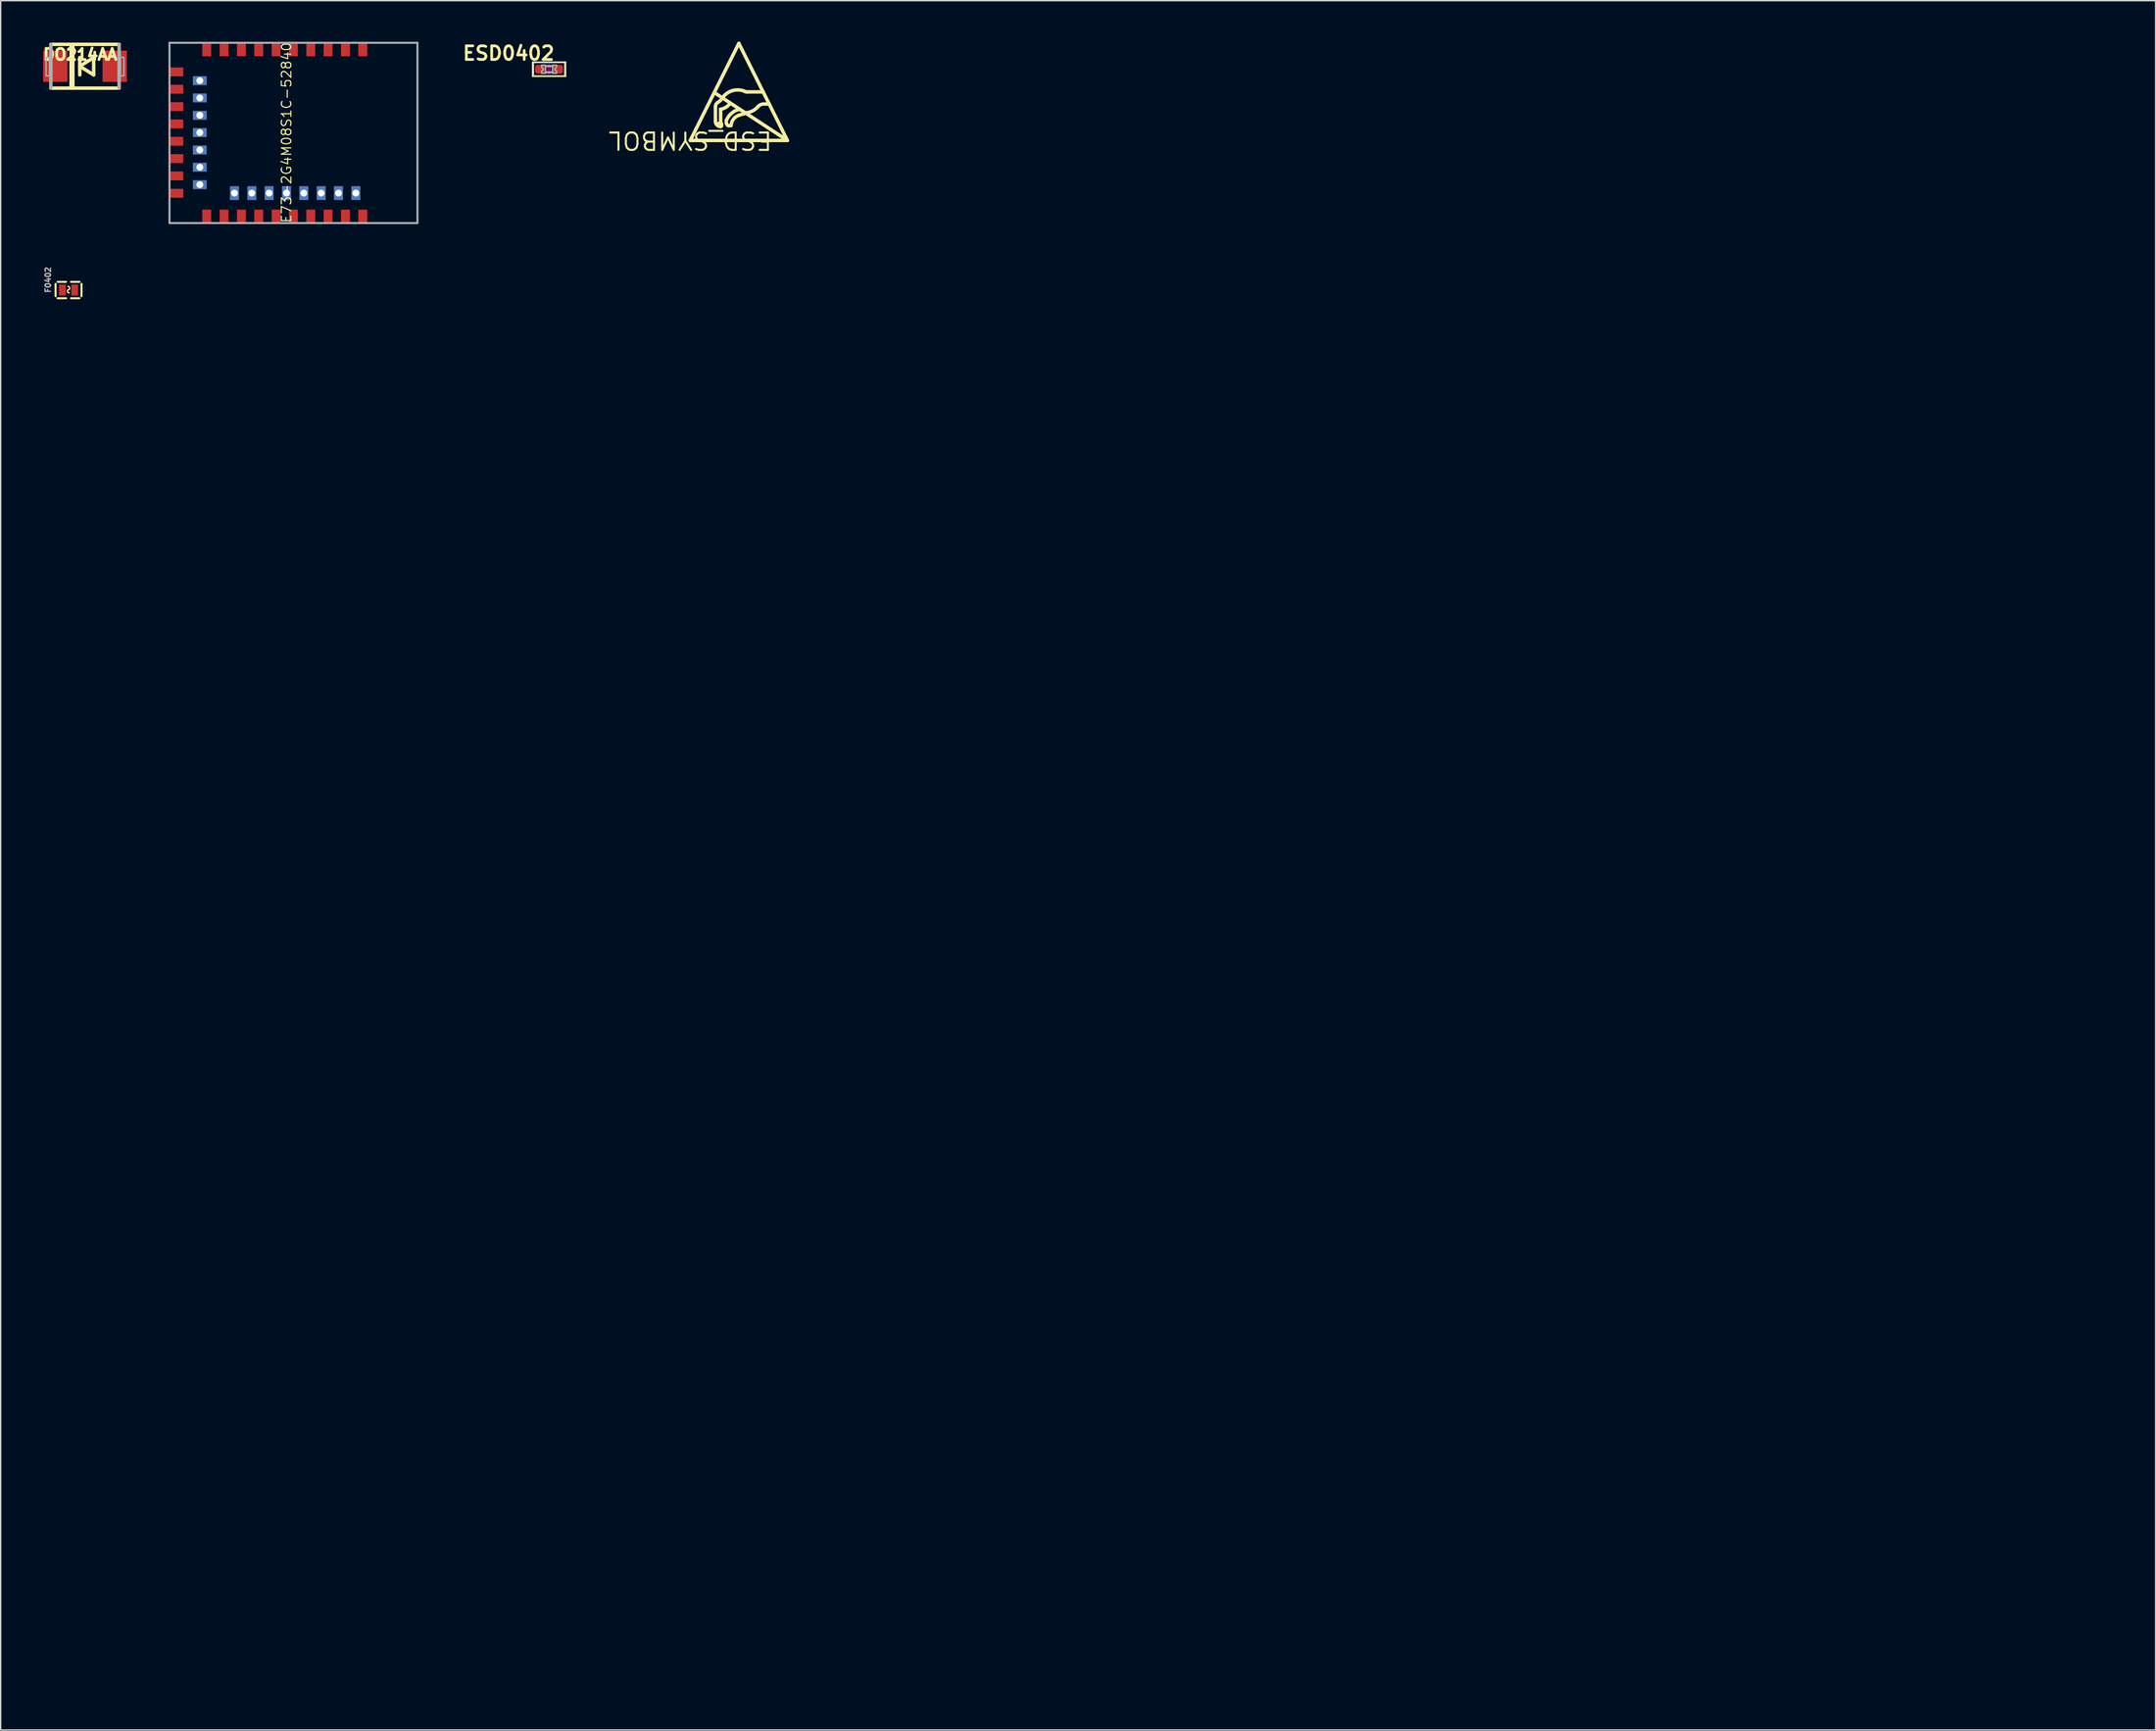
<source format=kicad_pcb>
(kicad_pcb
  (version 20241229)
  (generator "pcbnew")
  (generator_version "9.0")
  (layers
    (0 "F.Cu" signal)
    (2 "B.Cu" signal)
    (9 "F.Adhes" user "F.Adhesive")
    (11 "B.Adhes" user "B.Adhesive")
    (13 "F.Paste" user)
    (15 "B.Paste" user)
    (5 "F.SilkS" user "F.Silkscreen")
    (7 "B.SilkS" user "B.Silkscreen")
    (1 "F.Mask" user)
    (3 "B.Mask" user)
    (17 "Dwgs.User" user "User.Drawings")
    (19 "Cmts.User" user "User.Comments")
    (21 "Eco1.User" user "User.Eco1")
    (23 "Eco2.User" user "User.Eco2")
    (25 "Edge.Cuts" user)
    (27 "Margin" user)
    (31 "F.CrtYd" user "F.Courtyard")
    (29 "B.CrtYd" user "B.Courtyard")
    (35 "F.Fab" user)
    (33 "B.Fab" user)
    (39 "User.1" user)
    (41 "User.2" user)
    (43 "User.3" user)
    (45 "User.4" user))
  (footprint "DO214AA"
    (layer "F.Cu")
    (at 3.175 1.803)
    (property "Reference" "DO214AA" (at -3.175 -0.381 0) (unlocked yes) (layer "F.SilkS") (effects (font (size 0.813 0.813) (thickness 0.203)) (justify left bottom)))
    (fp_line (start -2.5 -1.604) (end 2.5 -1.604) (stroke (width 0.254) (type solid)) (layer "F.SilkS"))
    (fp_line (start -0.381 0.635) (end -0.381 -0.635) (stroke (width 0.254) (type solid)) (layer "F.SilkS"))
    (fp_line (start 0.635 -0.635) (end -0.381 0) (stroke (width 0.254) (type solid)) (layer "F.SilkS"))
    (fp_line (start 0.635 0.635) (end -0.381 0) (stroke (width 0.254) (type solid)) (layer "F.SilkS"))
    (fp_line (start 0.635 0.635) (end 0.635 -0.635) (stroke (width 0.254) (type solid)) (layer "F.SilkS"))
    (fp_line (start 2.5 1.604) (end -2.5 1.604) (stroke (width 0.254) (type solid)) (layer "F.SilkS"))
    (fp_poly (pts (xy -1.143 1.651) (xy -0.762 1.651) (xy -0.762 -1.651) (xy -1.143 -1.651)) (stroke (width 0) (type default)) (fill yes) (layer "F.SilkS"))
    (fp_line (start -2.5 1.604) (end -2.5 -1.604) (stroke (width 0.254) (type solid)) (layer "F.Fab"))
    (fp_line (start 2.5 -1.604) (end 2.5 1.604) (stroke (width 0.254) (type solid)) (layer "F.Fab"))
    (fp_poly (pts (xy -2.85 0.7) (xy -2.6 0.7) (xy -2.6 -0.65) (xy -2.85 -0.65)) (stroke (width 0.1) (type default)) (fill no) (layer "F.Fab"))
    (fp_poly (pts (xy 2.6 0.7) (xy 2.85 0.7) (xy 2.85 -0.65) (xy 2.6 -0.65)) (stroke (width 0.1) (type default)) (fill no) (layer "F.Fab"))
    (pad "A" smd rect (at 2.177 0 180) (size 1.778 2.286) (layers "F.Cu" "F.Mask" "F.Paste"))
    (pad "C" smd rect (at -2.177 0 180) (size 1.778 2.286) (layers "F.Cu" "F.Mask" "F.Paste")))
  (footprint "ESD0402"
    (layer "F.Cu")
    (at 37.167 2.022)
    (property "Reference" "ESD0402" (at 0.5 -1.75 180) (layer "F.SilkS") (effects (font (size 1 1) (thickness 0.2)) (justify right top)))
    (attr through_hole)
    (fp_line (start -1.194 -0.508) (end -1.194 0.508) (stroke (width 0.127) (type solid)) (layer "F.SilkS"))
    (fp_line (start -1.194 0.508) (end 1.194 0.508) (stroke (width 0.127) (type solid)) (layer "F.SilkS"))
    (fp_line (start 1.194 -0.508) (end -1.194 -0.508) (stroke (width 0.127) (type solid)) (layer "F.SilkS"))
    (fp_line (start 1.194 0.508) (end 1.194 -0.508) (stroke (width 0.127) (type solid)) (layer "F.SilkS"))
    (fp_poly (pts (xy -0.127 0.381) (xy 0.127 0.381) (xy 0.127 -0.381) (xy -0.127 -0.381)) (stroke (width 0) (type solid)) (fill yes) (layer "F.Adhes"))
    (fp_line (start -1.118 -0.483) (end 1.118 -0.483) (stroke (width 0.051) (type solid)) (layer "Dwgs.User"))
    (fp_line (start -1.118 0.483) (end -1.118 -0.483) (stroke (width 0.051) (type solid)) (layer "Dwgs.User"))
    (fp_line (start 1.118 -0.483) (end 1.118 0.483) (stroke (width 0.051) (type solid)) (layer "Dwgs.User"))
    (fp_line (start 1.118 0.483) (end -1.118 0.483) (stroke (width 0.051) (type solid)) (layer "Dwgs.User"))
    (fp_line (start -0.245 -0.224) (end 0.245 -0.224) (stroke (width 0.15) (type solid)) (layer "F.Fab"))
    (fp_line (start 0.245 0.224) (end -0.245 0.224) (stroke (width 0.152) (type solid)) (layer "F.Fab"))
    (fp_poly (pts (xy -0.55 0.3) (xy -0.25 0.3) (xy -0.25 -0.3) (xy -0.55 -0.3) (xy -0.55 -0.15) (xy -0.4 0) (xy -0.55 0.15)) (stroke (width 0.1) (type solid)) (fill no) (layer "F.Fab"))
    (fp_poly (pts (xy 0.55 -0.3) (xy 0.25 -0.3) (xy 0.25 0.3) (xy 0.55 0.3) (xy 0.55 0.15) (xy 0.4 0) (xy 0.55 -0.15)) (stroke (width 0.1) (type solid)) (fill no) (layer "F.Fab"))
    (pad "1" smd roundrect (at -0.635 0) (size 0.762 0.635) (layers "F.Cu" "F.Mask" "F.Paste") (roundrect_rratio 0.25))
    (pad "2" smd roundrect (at 0.635 0) (size 0.762 0.635) (layers "F.Cu" "F.Mask" "F.Paste") (roundrect_rratio 0.25)))
  (footprint "F0402"
    (layer "F.Cu")
    (at 1.97 18.201)
    (property "Reference" "F0402" (at -1.27 0.254 90) (unlocked yes) (layer "F.Fab") (effects (font (size 0.4 0.4) (thickness 0.1)) (justify left bottom)))
    (fp_line (start -0.95 -0.45) (end -0.95 -0.4) (stroke (width 0.15) (type default)) (layer "F.SilkS"))
    (fp_line (start -0.95 -0.4) (end -0.95 0.4) (stroke (width 0.15) (type default)) (layer "F.SilkS"))
    (fp_line (start -0.95 0.45) (end -0.95 0.4) (stroke (width 0.15) (type default)) (layer "F.SilkS"))
    (fp_line (start -0.18 -0.6) (end -0.8 -0.6) (stroke (width 0.15) (type default)) (layer "F.SilkS"))
    (fp_line (start -0.18 0.6) (end -0.8 0.6) (stroke (width 0.15) (type default)) (layer "F.SilkS"))
    (fp_line (start 0.18 -0.6) (end 0.8 -0.6) (stroke (width 0.15) (type default)) (layer "F.SilkS"))
    (fp_line (start 0.18 0.6) (end 0.8 0.6) (stroke (width 0.15) (type default)) (layer "F.SilkS"))
    (fp_line (start 0.95 -0.45) (end 0.95 -0.4) (stroke (width 0.15) (type default)) (layer "F.SilkS"))
    (fp_line (start 0.95 -0.4) (end 0.95 0.4) (stroke (width 0.15) (type default)) (layer "F.SilkS"))
    (fp_line (start 0.95 0.45) (end 0.95 0.4) (stroke (width 0.15) (type default)) (layer "F.SilkS"))
    (fp_arc (start -0.04 -0.27) (mid 0.087 -0.143) (end -0.04 -0.016) (stroke (width 0.1) (type default)) (layer "F.SilkS"))
    (fp_arc (start 0.05 0.21) (mid -0.077 0.083) (end 0.05 -0.044) (stroke (width 0.1) (type default)) (layer "F.SilkS"))
    (pad "1" smd rect (at -0.45 0) (size 0.5 0.8) (layers "F.Cu" "F.Mask" "F.Paste"))
    (pad "2" smd rect (at 0.45 0) (size 0.5 0.8) (layers "F.Cu" "F.Mask" "F.Paste"))
    (zone (net_name "") (layer "User.3") (hatch edge 0.5) (priority 100) (connect_pads yes) (min_thickness 0) (filled_areas_thickness no) (fill yes) (polygon (pts (xy 150.835 120.204) (xy 151.835 120.204) (xy 151.835 120.704) (xy 150.835 120.704))) (filled_polygon (layer "User.3") (island) (pts (xy 150.835 120.204) (xy 151.835 120.204) (xy 151.835 120.704) (xy 150.835 120.704))))
    (zone (net_name "") (layer "User.4") (hatch edge 0.5) (priority 100) (connect_pads yes) (min_thickness 0) (filled_areas_thickness no) (fill yes) (polygon (pts (xy 151.085 120.704) (xy 150.835 120.704) (xy 150.835 120.204) (xy 151.085 120.204))) (filled_polygon (layer "User.4") (island) (pts (xy 151.085 120.704) (xy 150.835 120.704) (xy 150.835 120.204) (xy 151.085 120.204))))
    (zone (net_name "") (layer "User.4") (hatch edge 0.5) (priority 100) (connect_pads yes) (min_thickness 0) (filled_areas_thickness no) (fill yes) (polygon (pts (xy 151.585 120.204) (xy 151.835 120.204) (xy 151.835 120.704) (xy 151.585 120.704))) (filled_polygon (layer "User.4") (island) (pts (xy 151.585 120.204) (xy 151.835 120.204) (xy 151.835 120.704) (xy 151.585 120.704)))))
  (footprint "ESD_SYMBOL"
    (layer "F.Cu")
    (at 47.509 7.239)
    (property "Reference" "ESD_SYMBOL" (at 0 0 180) (unlocked yes) (layer "F.SilkS") (effects (font (size 1.27 1.27) (thickness 0.15))))
    (fp_line (start 0 0) (end 7.112 0) (stroke (width 0.254) (type solid)) (layer "F.SilkS"))
    (fp_line (start 1.778 -3.493) (end 7.112 0) (stroke (width 0.254) (type solid)) (layer "F.SilkS"))
    (fp_line (start 1.841 -2.477) (end 1.841 -1.397) (stroke (width 0.254) (type solid)) (layer "F.SilkS"))
    (fp_line (start 2.223 -1.27) (end 2.159 -1.27) (stroke (width 0.254) (type solid)) (layer "F.SilkS"))
    (fp_line (start 2.223 -1.27) (end 2.223 -2.286) (stroke (width 0.254) (type solid)) (layer "F.SilkS"))
    (fp_line (start 2.286 -1.079) (end 2.286 -1.206) (stroke (width 0.254) (type solid)) (layer "F.SilkS"))
    (fp_line (start 2.794 -1.079) (end 2.946 -1.079) (stroke (width 0.254) (type solid)) (layer "F.SilkS"))
    (fp_line (start 3.556 -7.112) (end 0 0) (stroke (width 0.254) (type solid)) (layer "F.SilkS"))
    (fp_line (start 4.154 -3.556) (end 5.334 -3.556) (stroke (width 0.254) (type solid)) (layer "F.SilkS"))
    (fp_line (start 5.334 -3.556) (end 3.556 -7.112) (stroke (width 0.254) (type solid)) (layer "F.SilkS"))
    (fp_line (start 5.779 -2.667) (end 5.334 -3.556) (stroke (width 0.254) (type solid)) (layer "F.SilkS"))
    (fp_line (start 5.779 -2.667) (end 5.461 -2.667) (stroke (width 0.254) (type solid)) (layer "F.SilkS"))
    (fp_line (start 7.112 0) (end 5.779 -2.667) (stroke (width 0.254) (type solid)) (layer "F.SilkS"))
    (fp_arc (start 1.841499 -2.476499) (mid 1.89273 -2.661661) (end 2.032 -2.794) (stroke (width 0.254) (type solid)) (layer "F.SilkS"))
    (fp_arc (start 2.032 -1.143) (mid 2.069197 -1.232803) (end 2.159 -1.27) (stroke (width 0.254) (type solid)) (layer "F.SilkS"))
    (fp_arc (start 2.2225 -1.27) (mid 2.267401 -1.251401) (end 2.286 -1.2065) (stroke (width 0.254) (type solid)) (layer "F.SilkS"))
    (fp_arc (start 2.2225 -1.016) (mid 1.953092 -1.127592) (end 1.8415 -1.397) (stroke (width 0.254) (type solid)) (layer "F.SilkS"))
    (fp_arc (start 2.285999 -1.079499) (mid 2.26743 -1.03457) (end 2.2225 -1.016) (stroke (width 0.254) (type solid)) (layer "F.SilkS"))
    (fp_arc (start 2.3495 -3.1115) (mid 2.2103 -2.9332) (end 2.032 -2.794) (stroke (width 0.254) (type solid)) (layer "F.SilkS"))
    (fp_arc (start 2.3495 -3.1115) (mid 3.056083 -3.637896) (end 3.936999 -3.619499) (stroke (width 0.254) (type solid)) (layer "F.SilkS"))
    (fp_arc (start 2.666999 -1.524) (mid 3.053289 -2.017452) (end 3.6195 -2.286) (stroke (width 0.254) (type solid)) (layer "F.SilkS"))
    (fp_arc (start 2.667 -1.2065) (mid 2.629535 -1.36525) (end 2.667 -1.524) (stroke (width 0.254) (type solid)) (layer "F.SilkS"))
    (fp_arc (start 2.794 -1.0795) (mid 2.71551 -1.12801) (end 2.667 -1.2065) (stroke (width 0.254) (type solid)) (layer "F.SilkS"))
    (fp_arc (start 2.921 -2.7305) (mid 2.61894 -2.434094) (end 2.2225 -2.285999) (stroke (width 0.254) (type solid)) (layer "F.SilkS"))
    (fp_arc (start 2.984499 -1.079501) (mid 3.154851 -1.54705) (end 3.556 -1.8415) (stroke (width 0.254) (type solid)) (layer "F.SilkS"))
    (fp_arc (start 3.556 -1.8415) (mid 3.776319 -1.911758) (end 4.0005 -1.9685) (stroke (width 0.254) (type solid)) (layer "F.SilkS"))
    (fp_arc (start 4.153799 -3.556) (mid 4.039088 -3.566201) (end 3.937 -3.6195) (stroke (width 0.254) (type solid)) (layer "F.SilkS"))
    (fp_arc (start 4.952999 -2.4765) (mid 5.184517 -2.631699) (end 5.461 -2.667) (stroke (width 0.254) (type solid)) (layer "F.SilkS"))
    (fp_arc (start 4.953 -2.4765) (mid 4.583046 -2.174773) (end 4.1275 -2.032) (stroke (width 0.254) (type solid)) (layer "F.SilkS")))
  (footprint "E73-2G4M08S1C-52840"
    (layer "F.Cu")
    (at 9.491 6.69)
    (property "Reference" "E73-2G4M08S1C-52840" (at 8.443 -0.023 270) (layer "F.SilkS") (effects (font (size 0.7 0.7) (thickness 0.08))))
    (fp_line (start -0.127 -6.604) (end -0.127 6.604) (stroke (width 0.15) (type solid)) (layer "F.Fab"))
    (fp_line (start -0.127 6.604) (end 18.034 6.604) (stroke (width 0.15) (type solid)) (layer "F.Fab"))
    (fp_line (start 18.034 -6.604) (end -0.127 -6.604) (stroke (width 0.15) (type solid)) (layer "F.Fab"))
    (fp_line (start 18.034 6.604) (end 18.034 -6.604) (stroke (width 0.15) (type solid)) (layer "F.Fab"))
    (pad "1" smd rect (at 14.03 -6.119) (size 0.65 1) (layers "F.Cu" "F.Mask" "F.Paste"))
    (pad "2" smd rect (at 12.76 -6.119) (size 0.65 1) (layers "F.Cu" "F.Mask" "F.Paste"))
    (pad "3" smd rect (at 11.49 -6.119) (size 0.65 1) (layers "F.Cu" "F.Mask" "F.Paste"))
    (pad "4" smd rect (at 10.22 -6.119) (size 0.65 1) (layers "F.Cu" "F.Mask" "F.Paste"))
    (pad "5" smd rect (at 8.95 -6.119) (size 0.65 1) (layers "F.Cu" "F.Mask" "F.Paste"))
    (pad "6" smd rect (at 7.68 -6.119) (size 0.65 1) (layers "F.Cu" "F.Mask" "F.Paste"))
    (pad "7" smd rect (at 6.41 -6.119) (size 0.65 1) (layers "F.Cu" "F.Mask" "F.Paste"))
    (pad "8" smd rect (at 5.14 -6.119) (size 0.65 1) (layers "F.Cu" "F.Mask" "F.Paste"))
    (pad "9" smd rect (at 3.87 -6.119) (size 0.65 1) (layers "F.Cu" "F.Mask" "F.Paste"))
    (pad "10" smd rect (at 2.6 -6.119) (size 0.65 1) (layers "F.Cu" "F.Mask" "F.Paste"))
    (pad "11" smd rect (at 0.381 -4.47 90) (size 0.65 1) (layers "F.Cu" "F.Mask" "F.Paste"))
    (pad "12" thru_hole rect (at 2.092 -3.833 90) (size 0.65 1) (drill 0.5) (layers "*.Cu" "*.Mask" "F.Paste"))
    (pad "13" smd rect (at 0.381 -3.2 90) (size 0.65 1) (layers "F.Cu" "F.Mask" "F.Paste"))
    (pad "14" thru_hole rect (at 2.092 -2.563 90) (size 0.65 1) (drill 0.5) (layers "*.Cu" "*.Mask" "F.Paste"))
    (pad "15" smd rect (at 0.381 -1.93 90) (size 0.65 1) (layers "F.Cu" "F.Mask" "F.Paste"))
    (pad "16" thru_hole rect (at 2.092 -1.293 90) (size 0.65 1) (drill 0.5) (layers "*.Cu" "*.Mask" "F.Paste"))
    (pad "17" smd rect (at 0.381 -0.66 90) (size 0.65 1) (layers "F.Cu" "F.Mask" "F.Paste"))
    (pad "18" thru_hole rect (at 2.092 -0.023 90) (size 0.65 1) (drill 0.5) (layers "*.Cu" "*.Mask" "F.Paste"))
    (pad "19" smd rect (at 0.381 0.61 90) (size 0.65 1) (layers "F.Cu" "F.Mask" "F.Paste"))
    (pad "20" thru_hole rect (at 2.092 1.247 90) (size 0.65 1) (drill 0.5) (layers "*.Cu" "*.Mask" "F.Paste"))
    (pad "21" smd rect (at 0.381 1.88 90) (size 0.65 1) (layers "F.Cu" "F.Mask" "F.Paste"))
    (pad "22" thru_hole rect (at 2.092 2.517 90) (size 0.65 1) (drill 0.5) (layers "*.Cu" "*.Mask" "F.Paste"))
    (pad "23" smd rect (at 0.381 3.15 90) (size 0.65 1) (layers "F.Cu" "F.Mask" "F.Paste"))
    (pad "24" thru_hole rect (at 2.092 3.787 90) (size 0.65 1) (drill 0.5) (layers "*.Cu" "*.Mask" "F.Paste"))
    (pad "25" smd rect (at 0.381 4.42 90) (size 0.65 1) (layers "F.Cu" "F.Mask" "F.Paste"))
    (pad "26" smd rect (at 2.6 6.119) (size 0.65 1) (layers "F.Cu" "F.Mask" "F.Paste"))
    (pad "27" smd rect (at 3.87 6.119) (size 0.65 1) (layers "F.Cu" "F.Mask" "F.Paste"))
    (pad "28" thru_hole rect (at 4.632 4.408) (size 0.65 1) (drill 0.5) (layers "*.Cu" "*.Mask" "F.Paste"))
    (pad "29" smd rect (at 5.14 6.119) (size 0.65 1) (layers "F.Cu" "F.Mask" "F.Paste"))
    (pad "30" thru_hole rect (at 5.902 4.408) (size 0.65 1) (drill 0.5) (layers "*.Cu" "*.Mask" "F.Paste"))
    (pad "31" smd rect (at 6.41 6.119) (size 0.65 1) (layers "F.Cu" "F.Mask" "F.Paste"))
    (pad "32" thru_hole rect (at 7.172 4.408) (size 0.65 1) (drill 0.5) (layers "*.Cu" "*.Mask" "F.Paste"))
    (pad "33" smd rect (at 7.68 6.119) (size 0.65 1) (layers "F.Cu" "F.Mask" "F.Paste"))
    (pad "34" thru_hole rect (at 8.442 4.408) (size 0.65 1) (drill 0.5) (layers "*.Cu" "*.Mask" "F.Paste"))
    (pad "35" smd rect (at 8.95 6.119) (size 0.65 1) (layers "F.Cu" "F.Mask" "F.Paste"))
    (pad "36" thru_hole rect (at 9.712 4.408) (size 0.65 1) (drill 0.5) (layers "*.Cu" "*.Mask" "F.Paste"))
    (pad "37" smd rect (at 10.22 6.119) (size 0.65 1) (layers "F.Cu" "F.Mask" "F.Paste"))
    (pad "38" thru_hole rect (at 10.982 4.408) (size 0.65 1) (drill 0.5) (layers "*.Cu" "*.Mask" "F.Paste"))
    (pad "39" smd rect (at 11.49 6.119) (size 0.65 1) (layers "F.Cu" "F.Mask" "F.Paste"))
    (pad "40" thru_hole rect (at 12.252 4.408) (size 0.65 1) (drill 0.5) (layers "*.Cu" "*.Mask" "F.Paste"))
    (pad "41" smd rect (at 12.76 6.119) (size 0.65 1) (layers "F.Cu" "F.Mask" "F.Paste"))
    (pad "42" thru_hole rect (at 13.522 4.408) (size 0.65 1) (drill 0.5) (layers "*.Cu" "*.Mask" "F.Paste"))
    (pad "43" smd rect (at 14.03 6.119) (size 0.65 1) (layers "F.Cu" "F.Mask" "F.Paste")))
  (gr_rect
    (start -3 -3)
    (end 154.835 123.704)
    (stroke (width 0.1) (type default))
    (fill no)
    (layer "Edge.Cuts")))
</source>
